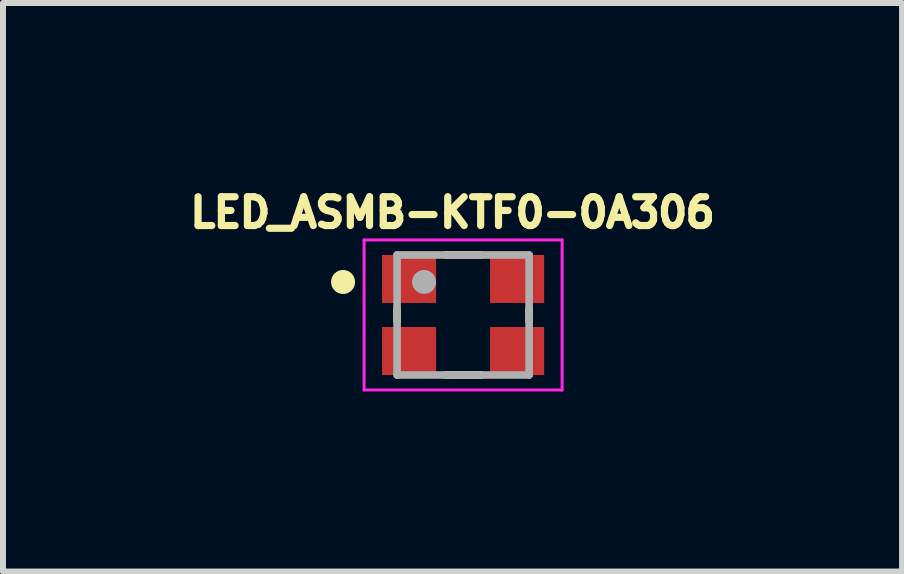
<source format=kicad_pcb>
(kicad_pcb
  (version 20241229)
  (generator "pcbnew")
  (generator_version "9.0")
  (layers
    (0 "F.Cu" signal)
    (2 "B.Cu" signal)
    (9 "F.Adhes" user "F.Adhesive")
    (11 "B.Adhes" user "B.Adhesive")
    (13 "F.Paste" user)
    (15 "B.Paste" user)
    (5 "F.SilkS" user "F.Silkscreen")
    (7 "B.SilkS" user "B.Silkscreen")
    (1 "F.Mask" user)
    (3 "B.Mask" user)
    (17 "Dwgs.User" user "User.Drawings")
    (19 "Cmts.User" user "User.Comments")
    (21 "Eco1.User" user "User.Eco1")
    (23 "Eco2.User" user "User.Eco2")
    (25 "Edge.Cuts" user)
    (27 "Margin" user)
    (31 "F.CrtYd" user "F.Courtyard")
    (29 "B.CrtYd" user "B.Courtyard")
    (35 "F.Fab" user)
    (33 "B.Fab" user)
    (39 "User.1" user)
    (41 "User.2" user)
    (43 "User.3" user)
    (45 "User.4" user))
  (footprint "LED_ASMB-KTF0-0A306"
    (layer "F.Cu")
    (at 4.666 2.198)
    (property "Reference" "LED_ASMB-KTF0-0A306" (at -0.176 -1.706 0) (layer "F.SilkS") (effects (font (size 0.48 0.48) (thickness 0.15))))
    (attr through_hole)
    (fp_line (start -1.1 -0.1) (end -1.1 0.1) (stroke (width 0.127) (type solid)) (layer "F.SilkS"))
    (fp_line (start -0.3 -1) (end 0.3 -1) (stroke (width 0.127) (type solid)) (layer "F.SilkS"))
    (fp_line (start -0.3 1) (end 0.3 1) (stroke (width 0.127) (type solid)) (layer "F.SilkS"))
    (fp_line (start 1.1 -0.1) (end 1.1 0.1) (stroke (width 0.127) (type solid)) (layer "F.SilkS"))
    (fp_circle (center -2 -0.55) (end -1.9 -0.55) (stroke (width 0.2) (type solid)) (fill no) (layer "F.SilkS"))
    (fp_line (start -1.65 -1.25) (end 1.65 -1.25) (stroke (width 0.05) (type solid)) (layer "F.CrtYd"))
    (fp_line (start -1.65 1.25) (end -1.65 -1.25) (stroke (width 0.05) (type solid)) (layer "F.CrtYd"))
    (fp_line (start 1.65 -1.25) (end 1.65 1.25) (stroke (width 0.05) (type solid)) (layer "F.CrtYd"))
    (fp_line (start 1.65 1.25) (end -1.65 1.25) (stroke (width 0.05) (type solid)) (layer "F.CrtYd"))
    (fp_line (start -1.1 -1) (end -1.1 1) (stroke (width 0.127) (type solid)) (layer "F.Fab"))
    (fp_line (start -1.1 1) (end 1.1 1) (stroke (width 0.127) (type solid)) (layer "F.Fab"))
    (fp_line (start 1.1 -1) (end -1.1 -1) (stroke (width 0.127) (type solid)) (layer "F.Fab"))
    (fp_line (start 1.1 1) (end 1.1 -1) (stroke (width 0.127) (type solid)) (layer "F.Fab"))
    (fp_circle (center -0.65 -0.55) (end -0.55 -0.55) (stroke (width 0.2) (type solid)) (fill no) (layer "F.Fab"))
    (pad "1" smd rect (at -0.9 -0.6) (size 0.9 0.8) (layers "F.Cu" "F.Mask" "F.Paste"))
    (pad "2" smd rect (at -0.9 0.6) (size 0.9 0.8) (layers "F.Cu" "F.Mask" "F.Paste"))
    (pad "3" smd rect (at 0.9 0.6) (size 0.9 0.8) (layers "F.Cu" "F.Mask" "F.Paste"))
    (pad "4" smd rect (at 0.9 -0.6) (size 0.9 0.8) (layers "F.Cu" "F.Mask" "F.Paste")))
  (gr_rect
    (start -3 -3)
    (end 11.98 6.473)
    (stroke (width 0.1) (type default))
    (fill no)
    (layer "Edge.Cuts")))
</source>
